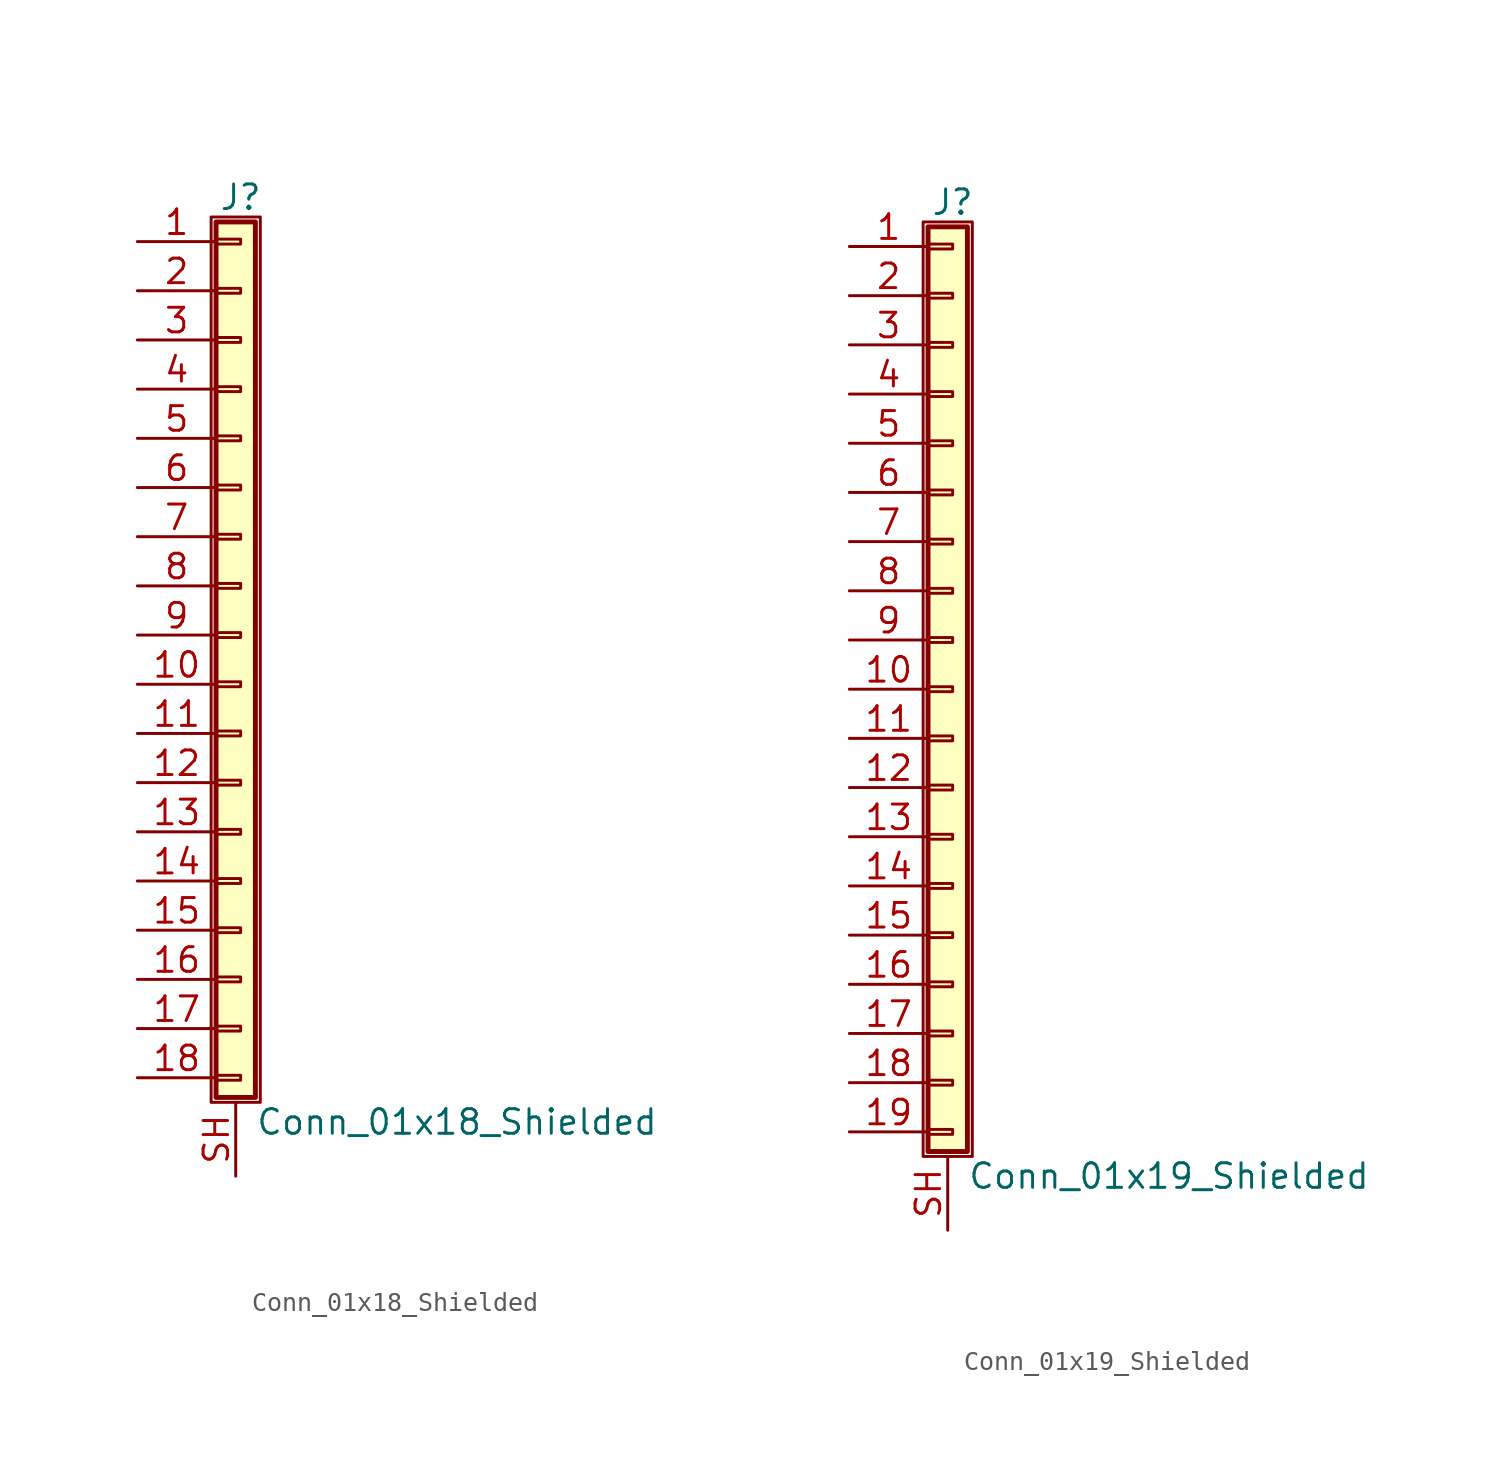
<source format=kicad_sym>
(kicad_symbol_lib
  (version 20220914)
  (generator kicad_symbol_editor)
  (symbol "Conn_01x18_Shielded"
    (pin_names
      (offset 1.016) hide)
    (property "Reference" "J"
      (at 0.254 22.606 0)
      (effects (font (size 1.27 1.27))))
    (property "Value" "Conn_01x18_Shielded"
      (at 1.016 -25.146 0)
      (effects (font (size 1.27 1.27)) (justify left)))
    (symbol "Conn_01x18_Shielded_1_1"
      (rectangle (start -1.27 21.59) (end 1.27 -24.13) (stroke (width 0.152) (type default)) (fill (type none)))
      (rectangle (start -1.016 -22.733) (end 0.254 -22.987) (stroke (width 0.152) (type default)) (fill (type none)))
      (rectangle (start -1.016 -20.193) (end 0.254 -20.447) (stroke (width 0.152) (type default)) (fill (type none)))
      (rectangle (start -1.016 -17.653) (end 0.254 -17.907) (stroke (width 0.152) (type default)) (fill (type none)))
      (rectangle (start -1.016 -15.113) (end 0.254 -15.367) (stroke (width 0.152) (type default)) (fill (type none)))
      (rectangle (start -1.016 -12.573) (end 0.254 -12.827) (stroke (width 0.152) (type default)) (fill (type none)))
      (rectangle (start -1.016 -10.033) (end 0.254 -10.287) (stroke (width 0.152) (type default)) (fill (type none)))
      (rectangle (start -1.016 -7.493) (end 0.254 -7.747) (stroke (width 0.152) (type default)) (fill (type none)))
      (rectangle (start -1.016 -4.953) (end 0.254 -5.207) (stroke (width 0.152) (type default)) (fill (type none)))
      (rectangle (start -1.016 -2.413) (end 0.254 -2.667) (stroke (width 0.152) (type default)) (fill (type none)))
      (rectangle (start -1.016 0.127) (end 0.254 -0.127) (stroke (width 0.152) (type default)) (fill (type none)))
      (rectangle (start -1.016 2.667) (end 0.254 2.413) (stroke (width 0.152) (type default)) (fill (type none)))
      (rectangle (start -1.016 5.207) (end 0.254 4.953) (stroke (width 0.152) (type default)) (fill (type none)))
      (rectangle (start -1.016 7.747) (end 0.254 7.493) (stroke (width 0.152) (type default)) (fill (type none)))
      (rectangle (start -1.016 10.287) (end 0.254 10.033) (stroke (width 0.152) (type default)) (fill (type none)))
      (rectangle (start -1.016 12.827) (end 0.254 12.573) (stroke (width 0.152) (type default)) (fill (type none)))
      (rectangle (start -1.016 15.367) (end 0.254 15.113) (stroke (width 0.152) (type default)) (fill (type none)))
      (rectangle (start -1.016 17.907) (end 0.254 17.653) (stroke (width 0.152) (type default)) (fill (type none)))
      (rectangle (start -1.016 20.447) (end 0.254 20.193) (stroke (width 0.152) (type default)) (fill (type none)))
      (rectangle (start -1.016 21.336) (end 1.016 -23.876) (stroke (width 0.254) (type default)) (fill (type background)))
      (pin passive line (at -5.08 20.32 0) (length 4.064) (name "Pin_1" (effects (font (size 1.27 1.27)))) (number "1" (effects (font (size 1.27 1.27)))))
      (pin passive line (at -5.08 -2.54 0) (length 4.064) (name "Pin_10" (effects (font (size 1.27 1.27)))) (number "10" (effects (font (size 1.27 1.27)))))
      (pin passive line (at -5.08 -5.08 0) (length 4.064) (name "Pin_11" (effects (font (size 1.27 1.27)))) (number "11" (effects (font (size 1.27 1.27)))))
      (pin passive line (at -5.08 -7.62 0) (length 4.064) (name "Pin_12" (effects (font (size 1.27 1.27)))) (number "12" (effects (font (size 1.27 1.27)))))
      (pin passive line (at -5.08 -10.16 0) (length 4.064) (name "Pin_13" (effects (font (size 1.27 1.27)))) (number "13" (effects (font (size 1.27 1.27)))))
      (pin passive line (at -5.08 -12.7 0) (length 4.064) (name "Pin_14" (effects (font (size 1.27 1.27)))) (number "14" (effects (font (size 1.27 1.27)))))
      (pin passive line (at -5.08 -15.24 0) (length 4.064) (name "Pin_15" (effects (font (size 1.27 1.27)))) (number "15" (effects (font (size 1.27 1.27)))))
      (pin passive line (at -5.08 -17.78 0) (length 4.064) (name "Pin_16" (effects (font (size 1.27 1.27)))) (number "16" (effects (font (size 1.27 1.27)))))
      (pin passive line (at -5.08 -20.32 0) (length 4.064) (name "Pin_17" (effects (font (size 1.27 1.27)))) (number "17" (effects (font (size 1.27 1.27)))))
      (pin passive line (at -5.08 -22.86 0) (length 4.064) (name "Pin_18" (effects (font (size 1.27 1.27)))) (number "18" (effects (font (size 1.27 1.27)))))
      (pin passive line (at -5.08 17.78 0) (length 4.064) (name "Pin_2" (effects (font (size 1.27 1.27)))) (number "2" (effects (font (size 1.27 1.27)))))
      (pin passive line (at -5.08 15.24 0) (length 4.064) (name "Pin_3" (effects (font (size 1.27 1.27)))) (number "3" (effects (font (size 1.27 1.27)))))
      (pin passive line (at -5.08 12.7 0) (length 4.064) (name "Pin_4" (effects (font (size 1.27 1.27)))) (number "4" (effects (font (size 1.27 1.27)))))
      (pin passive line (at -5.08 10.16 0) (length 4.064) (name "Pin_5" (effects (font (size 1.27 1.27)))) (number "5" (effects (font (size 1.27 1.27)))))
      (pin passive line (at -5.08 7.62 0) (length 4.064) (name "Pin_6" (effects (font (size 1.27 1.27)))) (number "6" (effects (font (size 1.27 1.27)))))
      (pin passive line (at -5.08 5.08 0) (length 4.064) (name "Pin_7" (effects (font (size 1.27 1.27)))) (number "7" (effects (font (size 1.27 1.27)))))
      (pin passive line (at -5.08 2.54 0) (length 4.064) (name "Pin_8" (effects (font (size 1.27 1.27)))) (number "8" (effects (font (size 1.27 1.27)))))
      (pin passive line (at -5.08 0 0) (length 4.064) (name "Pin_9" (effects (font (size 1.27 1.27)))) (number "9" (effects (font (size 1.27 1.27)))))
      (pin passive line (at 0 -27.94 90) (length 3.81) (name "Shield" (effects (font (size 1.27 1.27)))) (number "SH" (effects (font (size 1.27 1.27)))))))
  (symbol "Conn_01x19_Shielded"
    (pin_names
      (offset 1.016) hide)
    (property "Reference" "J"
      (at 0.254 25.146 0)
      (effects (font (size 1.27 1.27))))
    (property "Value" "Conn_01x19_Shielded"
      (at 1.016 -25.146 0)
      (effects (font (size 1.27 1.27)) (justify left)))
    (symbol "Conn_01x19_Shielded_1_1"
      (rectangle (start -1.27 24.13) (end 1.27 -24.13) (stroke (width 0.152) (type default)) (fill (type none)))
      (rectangle (start -1.016 -22.733) (end 0.254 -22.987) (stroke (width 0.152) (type default)) (fill (type none)))
      (rectangle (start -1.016 -20.193) (end 0.254 -20.447) (stroke (width 0.152) (type default)) (fill (type none)))
      (rectangle (start -1.016 -17.653) (end 0.254 -17.907) (stroke (width 0.152) (type default)) (fill (type none)))
      (rectangle (start -1.016 -15.113) (end 0.254 -15.367) (stroke (width 0.152) (type default)) (fill (type none)))
      (rectangle (start -1.016 -12.573) (end 0.254 -12.827) (stroke (width 0.152) (type default)) (fill (type none)))
      (rectangle (start -1.016 -10.033) (end 0.254 -10.287) (stroke (width 0.152) (type default)) (fill (type none)))
      (rectangle (start -1.016 -7.493) (end 0.254 -7.747) (stroke (width 0.152) (type default)) (fill (type none)))
      (rectangle (start -1.016 -4.953) (end 0.254 -5.207) (stroke (width 0.152) (type default)) (fill (type none)))
      (rectangle (start -1.016 -2.413) (end 0.254 -2.667) (stroke (width 0.152) (type default)) (fill (type none)))
      (rectangle (start -1.016 0.127) (end 0.254 -0.127) (stroke (width 0.152) (type default)) (fill (type none)))
      (rectangle (start -1.016 2.667) (end 0.254 2.413) (stroke (width 0.152) (type default)) (fill (type none)))
      (rectangle (start -1.016 5.207) (end 0.254 4.953) (stroke (width 0.152) (type default)) (fill (type none)))
      (rectangle (start -1.016 7.747) (end 0.254 7.493) (stroke (width 0.152) (type default)) (fill (type none)))
      (rectangle (start -1.016 10.287) (end 0.254 10.033) (stroke (width 0.152) (type default)) (fill (type none)))
      (rectangle (start -1.016 12.827) (end 0.254 12.573) (stroke (width 0.152) (type default)) (fill (type none)))
      (rectangle (start -1.016 15.367) (end 0.254 15.113) (stroke (width 0.152) (type default)) (fill (type none)))
      (rectangle (start -1.016 17.907) (end 0.254 17.653) (stroke (width 0.152) (type default)) (fill (type none)))
      (rectangle (start -1.016 20.447) (end 0.254 20.193) (stroke (width 0.152) (type default)) (fill (type none)))
      (rectangle (start -1.016 22.987) (end 0.254 22.733) (stroke (width 0.152) (type default)) (fill (type none)))
      (rectangle (start -1.016 23.876) (end 1.016 -23.876) (stroke (width 0.254) (type default)) (fill (type background)))
      (pin passive line (at -5.08 22.86 0) (length 4.064) (name "Pin_1" (effects (font (size 1.27 1.27)))) (number "1" (effects (font (size 1.27 1.27)))))
      (pin passive line (at -5.08 0 0) (length 4.064) (name "Pin_10" (effects (font (size 1.27 1.27)))) (number "10" (effects (font (size 1.27 1.27)))))
      (pin passive line (at -5.08 -2.54 0) (length 4.064) (name "Pin_11" (effects (font (size 1.27 1.27)))) (number "11" (effects (font (size 1.27 1.27)))))
      (pin passive line (at -5.08 -5.08 0) (length 4.064) (name "Pin_12" (effects (font (size 1.27 1.27)))) (number "12" (effects (font (size 1.27 1.27)))))
      (pin passive line (at -5.08 -7.62 0) (length 4.064) (name "Pin_13" (effects (font (size 1.27 1.27)))) (number "13" (effects (font (size 1.27 1.27)))))
      (pin passive line (at -5.08 -10.16 0) (length 4.064) (name "Pin_14" (effects (font (size 1.27 1.27)))) (number "14" (effects (font (size 1.27 1.27)))))
      (pin passive line (at -5.08 -12.7 0) (length 4.064) (name "Pin_15" (effects (font (size 1.27 1.27)))) (number "15" (effects (font (size 1.27 1.27)))))
      (pin passive line (at -5.08 -15.24 0) (length 4.064) (name "Pin_16" (effects (font (size 1.27 1.27)))) (number "16" (effects (font (size 1.27 1.27)))))
      (pin passive line (at -5.08 -17.78 0) (length 4.064) (name "Pin_17" (effects (font (size 1.27 1.27)))) (number "17" (effects (font (size 1.27 1.27)))))
      (pin passive line (at -5.08 -20.32 0) (length 4.064) (name "Pin_18" (effects (font (size 1.27 1.27)))) (number "18" (effects (font (size 1.27 1.27)))))
      (pin passive line (at -5.08 -22.86 0) (length 4.064) (name "Pin_19" (effects (font (size 1.27 1.27)))) (number "19" (effects (font (size 1.27 1.27)))))
      (pin passive line (at -5.08 20.32 0) (length 4.064) (name "Pin_2" (effects (font (size 1.27 1.27)))) (number "2" (effects (font (size 1.27 1.27)))))
      (pin passive line (at -5.08 17.78 0) (length 4.064) (name "Pin_3" (effects (font (size 1.27 1.27)))) (number "3" (effects (font (size 1.27 1.27)))))
      (pin passive line (at -5.08 15.24 0) (length 4.064) (name "Pin_4" (effects (font (size 1.27 1.27)))) (number "4" (effects (font (size 1.27 1.27)))))
      (pin passive line (at -5.08 12.7 0) (length 4.064) (name "Pin_5" (effects (font (size 1.27 1.27)))) (number "5" (effects (font (size 1.27 1.27)))))
      (pin passive line (at -5.08 10.16 0) (length 4.064) (name "Pin_6" (effects (font (size 1.27 1.27)))) (number "6" (effects (font (size 1.27 1.27)))))
      (pin passive line (at -5.08 7.62 0) (length 4.064) (name "Pin_7" (effects (font (size 1.27 1.27)))) (number "7" (effects (font (size 1.27 1.27)))))
      (pin passive line (at -5.08 5.08 0) (length 4.064) (name "Pin_8" (effects (font (size 1.27 1.27)))) (number "8" (effects (font (size 1.27 1.27)))))
      (pin passive line (at -5.08 2.54 0) (length 4.064) (name "Pin_9" (effects (font (size 1.27 1.27)))) (number "9" (effects (font (size 1.27 1.27)))))
      (pin passive line (at 0 -27.94 90) (length 3.81) (name "Shield" (effects (font (size 1.27 1.27)))) (number "SH" (effects (font (size 1.27 1.27))))))))
</source>
